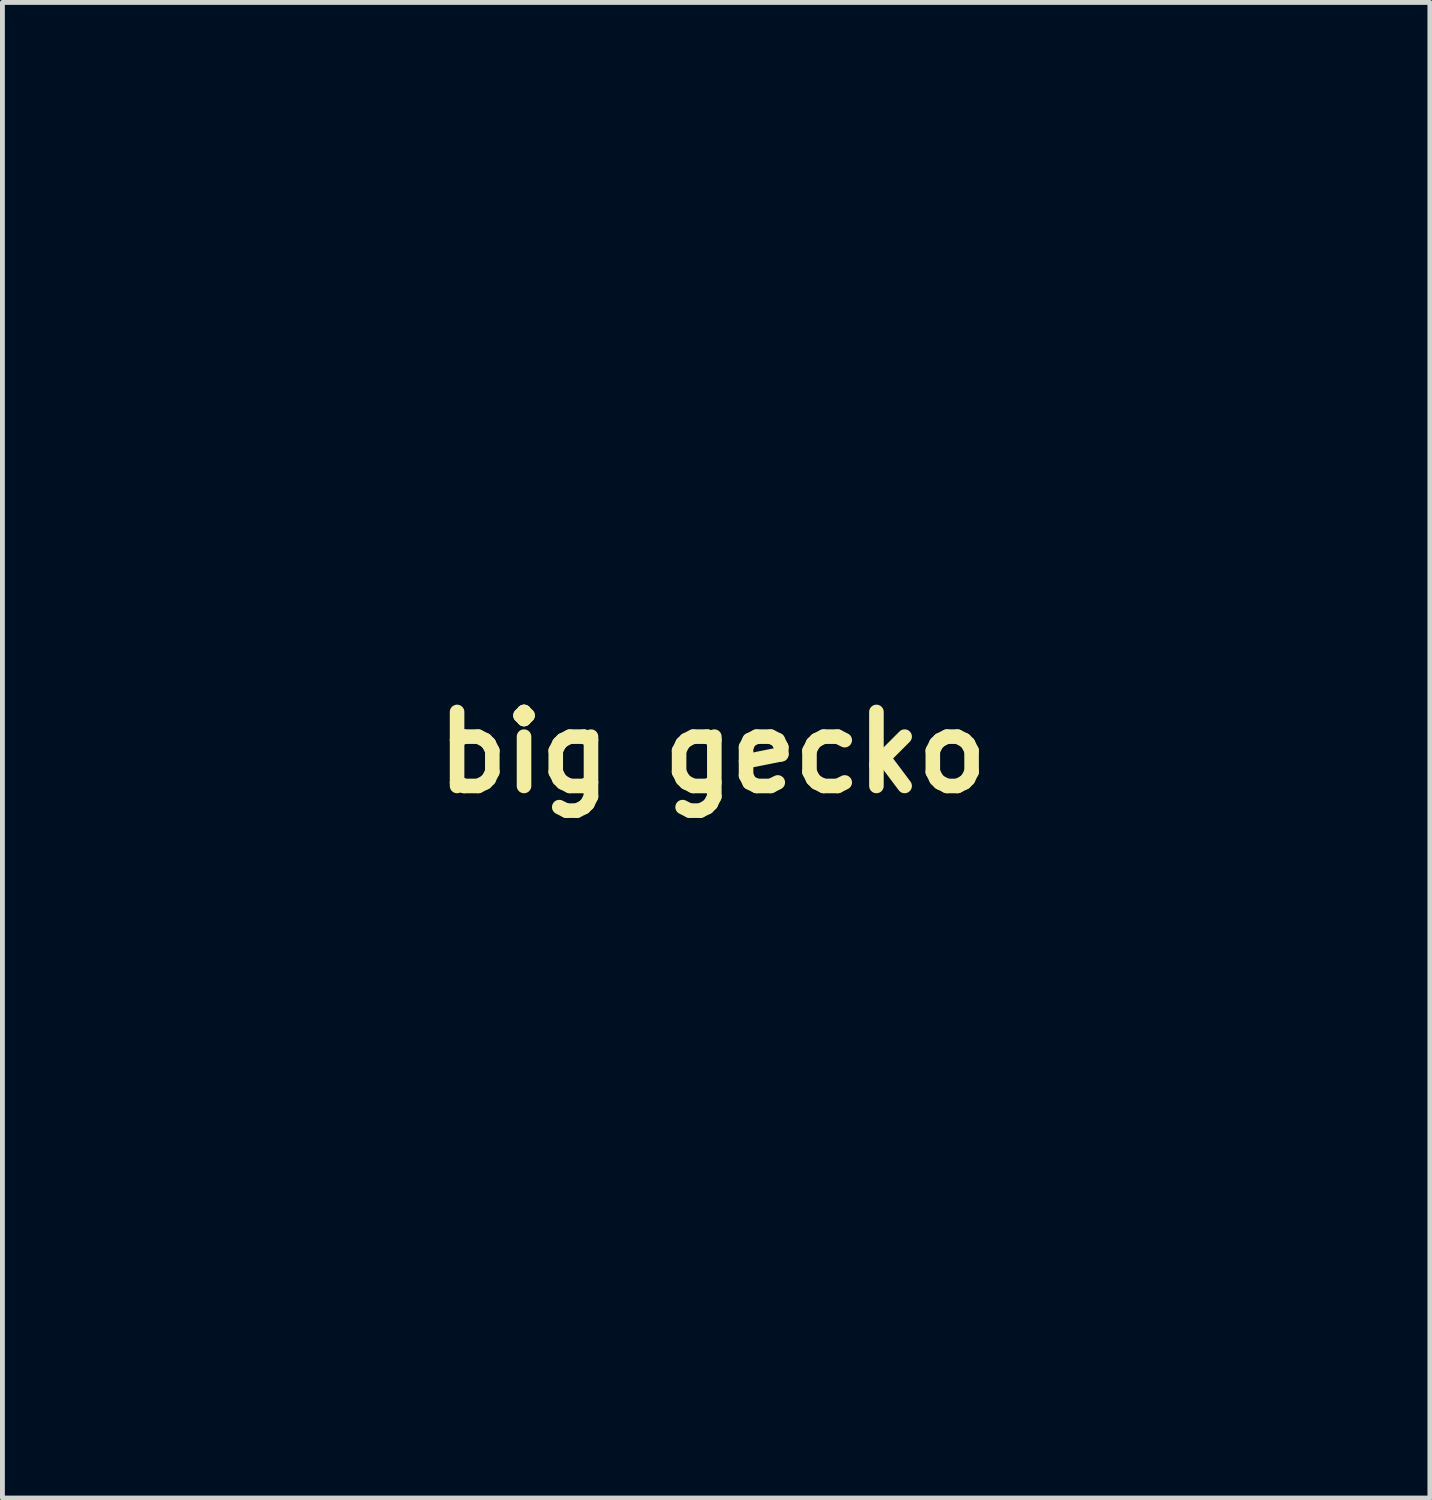
<source format=kicad_pcb>
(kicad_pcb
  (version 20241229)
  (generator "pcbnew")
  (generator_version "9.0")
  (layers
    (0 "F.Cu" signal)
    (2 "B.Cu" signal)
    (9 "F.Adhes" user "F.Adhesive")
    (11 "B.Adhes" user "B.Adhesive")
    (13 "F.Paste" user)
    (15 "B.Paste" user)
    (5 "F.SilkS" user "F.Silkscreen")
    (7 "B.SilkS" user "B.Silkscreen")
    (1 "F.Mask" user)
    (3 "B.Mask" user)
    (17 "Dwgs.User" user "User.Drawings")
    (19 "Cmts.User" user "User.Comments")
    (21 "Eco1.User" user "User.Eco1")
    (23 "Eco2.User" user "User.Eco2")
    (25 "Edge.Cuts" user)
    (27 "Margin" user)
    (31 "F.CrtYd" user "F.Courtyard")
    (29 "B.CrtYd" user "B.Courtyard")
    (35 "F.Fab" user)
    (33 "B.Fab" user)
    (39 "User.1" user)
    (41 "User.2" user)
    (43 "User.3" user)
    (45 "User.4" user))
  (footprint "big gecko"
    (layer "F.Cu")
    (at 11.624 12.446)
    (property "Reference" "big gecko" (at 0 0 0) (layer "F.SilkS") (effects (font (size 1.524 1.524) (thickness 0.3))))
    (attr through_hole)
    (fp_poly (pts (xy 4.009 -12.306) (xy 4.197 -12.007) (xy 4.404 -11.544) (xy 4.495 -11.311) (xy 4.646 -10.936) (xy 4.785 -10.628) (xy 4.898 -10.415) (xy 4.971 -10.33) (xy 4.974 -10.329) (xy 5.05 -10.252) (xy 5.08 -10.046) (xy 5.08 -10.035) (xy 5.113 -9.756) (xy 5.195 -9.455) (xy 5.211 -9.412) (xy 5.267 -9.25) (xy 5.296 -9.086) (xy 5.299 -8.879) (xy 5.274 -8.588) (xy 5.224 -8.175) (xy 5.218 -8.126) (xy 5.093 -7.168) (xy 6.032 -5.933) (xy 6.332 -5.54) (xy 6.596 -5.194) (xy 6.805 -4.919) (xy 6.945 -4.735) (xy 6.998 -4.666) (xy 7.091 -4.666) (xy 7.304 -4.711) (xy 7.596 -4.79) (xy 7.927 -4.89) (xy 8.258 -4.999) (xy 8.548 -5.103) (xy 8.757 -5.191) (xy 8.836 -5.237) (xy 8.974 -5.408) (xy 9.139 -5.681) (xy 9.306 -6.003) (xy 9.449 -6.325) (xy 9.543 -6.595) (xy 9.567 -6.732) (xy 9.622 -6.921) (xy 9.751 -7.012) (xy 9.904 -6.975) (xy 9.931 -6.952) (xy 9.985 -6.831) (xy 9.925 -6.688) (xy 9.863 -6.506) (xy 9.826 -6.236) (xy 9.821 -6.103) (xy 9.846 -5.811) (xy 9.931 -5.651) (xy 10.092 -5.62) (xy 10.342 -5.715) (xy 10.679 -5.921) (xy 10.977 -6.115) (xy 11.167 -6.222) (xy 11.278 -6.25) (xy 11.342 -6.207) (xy 11.379 -6.131) (xy 11.391 -5.945) (xy 11.262 -5.85) (xy 11.178 -5.842) (xy 11.028 -5.775) (xy 10.845 -5.606) (xy 10.671 -5.389) (xy 10.547 -5.175) (xy 10.514 -5.018) (xy 10.604 -4.894) (xy 10.792 -4.76) (xy 11.023 -4.643) (xy 11.24 -4.573) (xy 11.387 -4.576) (xy 11.398 -4.583) (xy 11.544 -4.622) (xy 11.695 -4.572) (xy 11.767 -4.462) (xy 11.767 -4.457) (xy 11.712 -4.258) (xy 11.571 -4.189) (xy 11.446 -4.225) (xy 11.233 -4.292) (xy 10.961 -4.32) (xy 10.687 -4.31) (xy 10.467 -4.264) (xy 10.358 -4.185) (xy 10.385 -4.056) (xy 10.507 -3.868) (xy 10.681 -3.666) (xy 10.868 -3.493) (xy 11.029 -3.395) (xy 11.072 -3.387) (xy 11.157 -3.328) (xy 11.16 -3.196) (xy 11.096 -3.058) (xy 10.982 -2.978) (xy 10.979 -2.978) (xy 10.831 -3.02) (xy 10.782 -3.115) (xy 10.688 -3.223) (xy 10.475 -3.371) (xy 10.185 -3.537) (xy 9.858 -3.701) (xy 9.533 -3.843) (xy 9.252 -3.943) (xy 9.058 -3.98) (xy 8.9 -3.969) (xy 8.612 -3.935) (xy 8.23 -3.885) (xy 7.79 -3.822) (xy 7.639 -3.8) (xy 7.208 -3.737) (xy 6.841 -3.688) (xy 6.569 -3.657) (xy 6.421 -3.647) (xy 6.404 -3.65) (xy 6.352 -3.73) (xy 6.229 -3.927) (xy 6.05 -4.214) (xy 5.832 -4.564) (xy 5.76 -4.681) (xy 5.535 -5.039) (xy 5.342 -5.335) (xy 5.198 -5.545) (xy 5.12 -5.644) (xy 5.111 -5.648) (xy 5.108 -5.558) (xy 5.115 -5.323) (xy 5.13 -4.964) (xy 5.154 -4.505) (xy 5.184 -3.968) (xy 5.215 -3.465) (xy 5.349 -1.312) (xy 4.495 0.326) (xy 4.248 0.81) (xy 4.034 1.246) (xy 3.864 1.611) (xy 3.749 1.883) (xy 3.699 2.037) (xy 3.699 2.062) (xy 3.764 2.156) (xy 3.914 2.366) (xy 4.133 2.671) (xy 4.408 3.05) (xy 4.721 3.483) (xy 4.886 3.709) (xy 5.212 4.158) (xy 5.502 4.562) (xy 5.743 4.901) (xy 5.92 5.154) (xy 6.019 5.301) (xy 6.034 5.329) (xy 5.975 5.397) (xy 5.797 5.549) (xy 5.52 5.77) (xy 5.164 6.044) (xy 4.746 6.357) (xy 4.53 6.517) (xy 4.088 6.842) (xy 3.694 7.136) (xy 3.369 7.383) (xy 3.131 7.567) (xy 3.002 7.674) (xy 2.983 7.694) (xy 3.032 7.782) (xy 3.19 7.924) (xy 3.419 8.092) (xy 3.679 8.259) (xy 3.931 8.398) (xy 4.106 8.472) (xy 4.412 8.533) (xy 4.853 8.562) (xy 5.292 8.561) (xy 5.699 8.545) (xy 5.975 8.518) (xy 6.156 8.473) (xy 6.28 8.403) (xy 6.318 8.371) (xy 6.455 8.26) (xy 6.55 8.267) (xy 6.64 8.346) (xy 6.734 8.503) (xy 6.736 8.612) (xy 6.694 8.741) (xy 6.689 8.77) (xy 6.615 8.795) (xy 6.437 8.805) (xy 6.432 8.805) (xy 6.21 8.844) (xy 5.922 8.942) (xy 5.749 9.021) (xy 5.503 9.157) (xy 5.38 9.267) (xy 5.345 9.389) (xy 5.35 9.463) (xy 5.404 9.617) (xy 5.55 9.765) (xy 5.818 9.936) (xy 5.85 9.954) (xy 6.136 10.104) (xy 6.394 10.222) (xy 6.539 10.274) (xy 6.741 10.381) (xy 6.823 10.546) (xy 6.764 10.721) (xy 6.598 10.826) (xy 6.424 10.809) (xy 6.311 10.678) (xy 6.311 10.677) (xy 6.23 10.573) (xy 6.042 10.49) (xy 5.716 10.414) (xy 5.708 10.413) (xy 5.408 10.361) (xy 5.228 10.349) (xy 5.121 10.38) (xy 5.042 10.459) (xy 5.036 10.467) (xy 4.956 10.597) (xy 4.921 10.746) (xy 4.925 10.963) (xy 4.964 11.284) (xy 5.025 11.555) (xy 5.123 11.689) (xy 5.175 11.711) (xy 5.284 11.776) (xy 5.274 11.914) (xy 5.261 11.951) (xy 5.137 12.131) (xy 4.977 12.181) (xy 4.834 12.097) (xy 4.772 11.965) (xy 4.704 11.75) (xy 4.593 11.463) (xy 4.521 11.293) (xy 4.377 11.014) (xy 4.236 10.866) (xy 4.113 10.818) (xy 3.993 10.808) (xy 3.909 10.856) (xy 3.837 10.996) (xy 3.75 11.262) (xy 3.734 11.315) (xy 3.657 11.621) (xy 3.616 11.883) (xy 3.619 12.032) (xy 3.604 12.218) (xy 3.487 12.329) (xy 3.323 12.347) (xy 3.17 12.251) (xy 3.137 12.201) (xy 3.102 12.039) (xy 3.186 11.929) (xy 3.245 11.855) (xy 3.279 11.732) (xy 3.29 11.528) (xy 3.279 11.209) (xy 3.262 10.925) (xy 3.239 10.591) (xy 3.208 10.322) (xy 3.156 10.092) (xy 3.068 9.871) (xy 2.931 9.632) (xy 2.731 9.348) (xy 2.453 8.989) (xy 2.085 8.529) (xy 2.05 8.485) (xy 1.839 8.23) (xy 1.677 8.034) (xy 1.574 7.875) (xy 1.536 7.732) (xy 1.573 7.584) (xy 1.692 7.412) (xy 1.901 7.194) (xy 2.209 6.909) (xy 2.624 6.536) (xy 2.911 6.277) (xy 4.086 5.208) (xy 3.386 4.551) (xy 3.103 4.29) (xy 2.865 4.079) (xy 2.699 3.94) (xy 2.634 3.896) (xy 2.57 3.964) (xy 2.439 4.146) (xy 2.262 4.412) (xy 2.12 4.635) (xy 1.726 5.189) (xy 1.228 5.777) (xy 0.671 6.355) (xy 0.099 6.874) (xy -0.351 7.224) (xy -0.816 7.52) (xy -1.372 7.822) (xy -1.963 8.105) (xy -2.53 8.339) (xy -3.006 8.495) (xy -3.577 8.619) (xy -4.223 8.713) (xy -4.877 8.771) (xy -5.473 8.785) (xy -5.761 8.772) (xy -6.774 8.605) (xy -7.751 8.28) (xy -8.678 7.806) (xy -9.542 7.192) (xy -10.329 6.447) (xy -11.024 5.582) (xy -11.423 4.953) (xy -11.619 4.614) (xy -11.384 4.911) (xy -11.097 5.243) (xy -10.728 5.627) (xy -10.315 6.029) (xy -9.894 6.413) (xy -9.504 6.744) (xy -9.182 6.987) (xy -9.144 7.011) (xy -8.301 7.471) (xy -7.414 7.793) (xy -6.506 7.972) (xy -5.605 8.005) (xy -4.734 7.888) (xy -4.46 7.816) (xy -3.928 7.626) (xy -3.327 7.358) (xy -2.716 7.044) (xy -2.158 6.712) (xy -2.024 6.624) (xy -1.568 6.291) (xy -1.159 5.941) (xy -0.778 5.549) (xy -0.403 5.09) (xy -0.016 4.541) (xy 0.406 3.877) (xy 0.721 3.349) (xy 1.215 2.507) (xy 0.417 1.766) (xy 0.118 1.498) (xy -0.133 1.289) (xy -0.314 1.157) (xy -0.4 1.121) (xy -0.404 1.127) (xy -0.42 1.245) (xy -0.449 1.497) (xy -0.485 1.847) (xy -0.525 2.26) (xy -0.531 2.321) (xy -0.635 3.414) (xy -1.994 2.104) (xy -2.454 1.663) (xy -2.814 1.327) (xy -3.094 1.081) (xy -3.313 0.907) (xy -3.49 0.791) (xy -3.644 0.717) (xy -3.755 0.681) (xy -4.059 0.627) (xy -4.436 0.606) (xy -4.839 0.614) (xy -5.221 0.648) (xy -5.535 0.707) (xy -5.735 0.786) (xy -5.753 0.8) (xy -5.89 0.884) (xy -6.027 0.834) (xy -6.048 0.819) (xy -6.166 0.658) (xy -6.147 0.496) (xy -6.008 0.39) (xy -5.919 0.377) (xy -5.72 0.341) (xy -5.452 0.255) (xy -5.17 0.141) (xy -4.931 0.023) (xy -4.79 -0.077) (xy -4.781 -0.09) (xy -4.745 -0.29) (xy -4.877 -0.502) (xy -5.175 -0.724) (xy -5.352 -0.821) (xy -5.641 -0.964) (xy -5.885 -1.077) (xy -6.032 -1.136) (xy -6.154 -1.244) (xy -6.171 -1.421) (xy -6.079 -1.592) (xy -5.908 -1.688) (xy -5.769 -1.63) (xy -5.718 -1.534) (xy -5.614 -1.415) (xy -5.369 -1.306) (xy -5.141 -1.241) (xy -4.852 -1.172) (xy -4.677 -1.149) (xy -4.565 -1.176) (xy -4.468 -1.253) (xy -4.45 -1.271) (xy -4.338 -1.482) (xy -4.295 -1.778) (xy -4.319 -2.093) (xy -4.406 -2.358) (xy -4.491 -2.469) (xy -4.638 -2.666) (xy -4.624 -2.858) (xy -4.565 -2.937) (xy -4.415 -2.996) (xy -4.251 -2.957) (xy -4.154 -2.843) (xy -4.149 -2.805) (xy -4.116 -2.66) (xy -4.031 -2.416) (xy -3.918 -2.138) (xy -3.785 -1.851) (xy -3.679 -1.69) (xy -3.571 -1.621) (xy -3.466 -1.609) (xy -3.337 -1.627) (xy -3.246 -1.705) (xy -3.166 -1.883) (xy -3.092 -2.11) (xy -3.018 -2.407) (xy -2.982 -2.661) (xy -2.987 -2.789) (xy -2.968 -2.969) (xy -2.843 -3.077) (xy -2.671 -3.085) (xy -2.553 -3.013) (xy -2.463 -2.876) (xy -2.51 -2.726) (xy -2.52 -2.709) (xy -2.573 -2.531) (xy -2.609 -2.209) (xy -2.624 -1.767) (xy -2.625 -1.666) (xy -2.625 -0.789) (xy -1.97 0.118) (xy -1.732 0.453) (xy -1.553 0.693) (xy -1.423 0.828) (xy -1.329 0.85) (xy -1.26 0.748) (xy -1.206 0.512) (xy -1.153 0.132) (xy -1.09 -0.401) (xy -1.06 -0.656) (xy -1.004 -1.101) (xy -0.95 -1.479) (xy -0.903 -1.762) (xy -0.868 -1.921) (xy -0.855 -1.946) (xy -0.78 -1.891) (xy -0.599 -1.74) (xy -0.332 -1.508) (xy 0.001 -1.214) (xy 0.38 -0.874) (xy 0.459 -0.803) (xy 0.843 -0.458) (xy 1.181 -0.157) (xy 1.456 0.084) (xy 1.647 0.247) (xy 1.737 0.316) (xy 1.741 0.317) (xy 1.742 0.23) (xy 1.734 0.005) (xy 1.717 -0.328) (xy 1.693 -0.736) (xy 1.684 -0.889) (xy 1.66 -1.345) (xy 1.651 -1.779) (xy 1.657 -2.228) (xy 1.68 -2.73) (xy 1.72 -3.324) (xy 1.78 -4.048) (xy 1.781 -4.054) (xy 1.828 -4.614) (xy 1.868 -5.114) (xy 1.9 -5.532) (xy 1.92 -5.843) (xy 1.928 -6.024) (xy 1.927 -6.06) (xy 1.847 -6.032) (xy 1.65 -5.934) (xy 1.363 -5.783) (xy 1.016 -5.592) (xy 0.986 -5.576) (xy 0.636 -5.383) (xy 0.345 -5.229) (xy 0.14 -5.127) (xy 0.052 -5.093) (xy 0.051 -5.093) (xy -0.084 -5.265) (xy -0.297 -5.519) (xy -0.566 -5.831) (xy -0.867 -6.175) (xy -1.18 -6.527) (xy -1.483 -6.862) (xy -1.752 -7.156) (xy -1.967 -7.384) (xy -2.104 -7.52) (xy -2.138 -7.546) (xy -2.426 -7.679) (xy -2.762 -7.8) (xy -3.099 -7.897) (xy -3.392 -7.959) (xy -3.594 -7.971) (xy -3.641 -7.959) (xy -3.807 -7.944) (xy -3.933 -8.046) (xy -3.962 -8.212) (xy -3.951 -8.248) (xy -3.892 -8.31) (xy -3.752 -8.339) (xy -3.499 -8.337) (xy -3.278 -8.322) (xy -2.956 -8.301) (xy -2.765 -8.303) (xy -2.664 -8.337) (xy -2.616 -8.412) (xy -2.598 -8.475) (xy -2.592 -8.662) (xy -2.681 -8.872) (xy -2.882 -9.131) (xy -3.098 -9.358) (xy -3.29 -9.594) (xy -3.348 -9.774) (xy -3.272 -9.882) (xy -3.135 -9.906) (xy -2.991 -9.847) (xy -2.963 -9.758) (xy -2.892 -9.618) (xy -2.712 -9.457) (xy -2.478 -9.308) (xy -2.242 -9.205) (xy -2.056 -9.18) (xy -2.038 -9.184) (xy -1.904 -9.302) (xy -1.788 -9.526) (xy -1.711 -9.794) (xy -1.691 -10.041) (xy -1.728 -10.179) (xy -1.768 -10.342) (xy -1.718 -10.423) (xy -1.565 -10.487) (xy -1.427 -10.421) (xy -1.363 -10.26) (xy -1.364 -10.225) (xy -1.372 -10.028) (xy -1.371 -9.745) (xy -1.368 -9.598) (xy -1.347 -9.329) (xy -1.296 -9.185) (xy -1.197 -9.123) (xy -1.192 -9.121) (xy -1.041 -9.159) (xy -0.853 -9.308) (xy -0.666 -9.526) (xy -0.517 -9.774) (xy -0.47 -9.891) (xy -0.367 -10.041) (xy -0.226 -10.059) (xy -0.07 -9.982) (xy -0.018 -9.853) (xy -0.083 -9.733) (xy -0.147 -9.701) (xy -0.244 -9.6) (xy -0.363 -9.377) (xy -0.489 -9.073) (xy -0.606 -8.732) (xy -0.7 -8.397) (xy -0.754 -8.11) (xy -0.762 -7.996) (xy -0.709 -7.783) (xy -0.558 -7.463) (xy -0.321 -7.057) (xy -0.292 -7.011) (xy 0.178 -6.275) (xy 1.084 -6.749) (xy 1.44 -6.937) (xy 1.742 -7.099) (xy 1.956 -7.218) (xy 2.053 -7.277) (xy 2.053 -7.277) (xy 2.072 -7.378) (xy 2.076 -7.612) (xy 2.064 -7.94) (xy 2.043 -8.255) (xy 2.014 -8.68) (xy 2.006 -8.98) (xy 2.022 -9.196) (xy 2.066 -9.371) (xy 2.127 -9.521) (xy 2.227 -9.803) (xy 2.281 -10.075) (xy 2.284 -10.133) (xy 2.326 -10.354) (xy 2.42 -10.429) (xy 2.508 -10.514) (xy 2.646 -10.725) (xy 2.814 -11.032) (xy 2.967 -11.345) (xy 3.225 -11.864) (xy 3.447 -12.22) (xy 3.645 -12.412) (xy 3.828 -12.441) (xy 4.009 -12.306)) (stroke (width 0.01) (type solid)) (fill yes) (layer "F.Mask")))
  (gr_rect
    (start -3 -3)
    (end 26.396 27.799)
    (stroke (width 0.1) (type default))
    (fill no)
    (layer "Edge.Cuts")))
</source>
